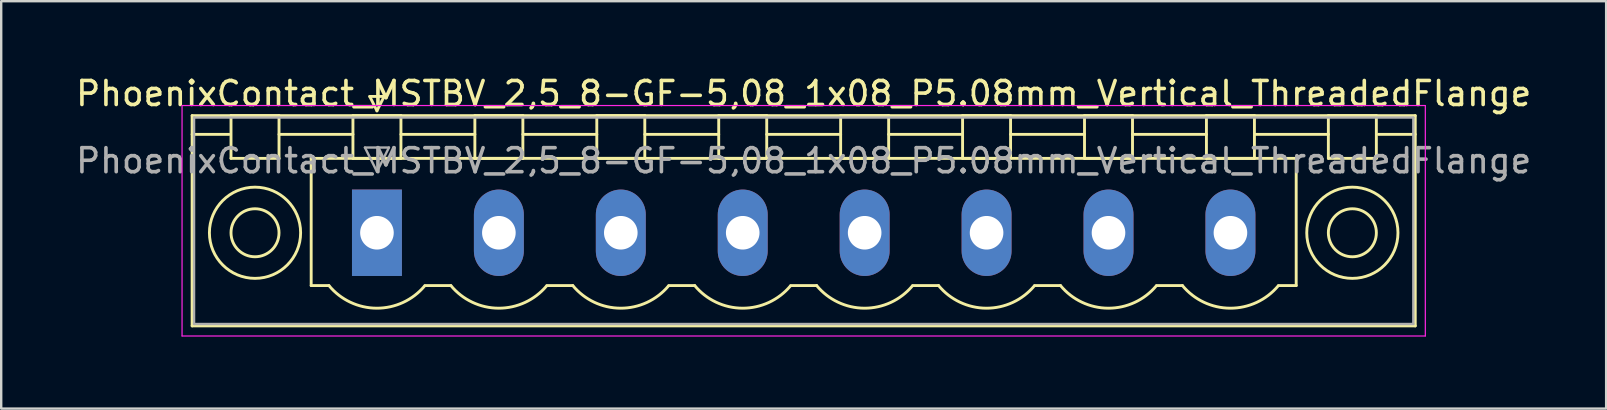
<source format=kicad_pcb>
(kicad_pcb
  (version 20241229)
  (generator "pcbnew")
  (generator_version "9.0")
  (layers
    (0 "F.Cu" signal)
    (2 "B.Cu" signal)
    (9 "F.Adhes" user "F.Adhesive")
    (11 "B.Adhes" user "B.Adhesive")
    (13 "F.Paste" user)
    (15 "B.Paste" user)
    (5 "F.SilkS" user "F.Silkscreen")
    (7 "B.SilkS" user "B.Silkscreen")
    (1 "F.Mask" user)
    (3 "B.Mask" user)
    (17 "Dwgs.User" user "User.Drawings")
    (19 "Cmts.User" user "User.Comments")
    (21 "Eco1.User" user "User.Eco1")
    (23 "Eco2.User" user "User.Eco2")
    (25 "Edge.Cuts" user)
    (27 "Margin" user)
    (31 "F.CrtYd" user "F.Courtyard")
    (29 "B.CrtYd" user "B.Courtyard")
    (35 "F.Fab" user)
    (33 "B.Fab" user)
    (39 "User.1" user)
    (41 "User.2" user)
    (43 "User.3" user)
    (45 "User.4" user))
  (footprint "PhoenixContact_MSTBV_2,5_8-GF-5,08_1x08_P5.08mm_Vertical_ThreadedFlange"
    (layer "F.Cu")
    (at 12.655 6.648)
    (property "Reference" "PhoenixContact_MSTBV_2,5_8-GF-5,08_1x08_P5.08mm_Vertical_ThreadedFlange" (at 17.78 -5.8 0) (layer "F.SilkS") (effects (font (size 1 1) (thickness 0.15))))
    (attr through_hole)
    (fp_line (start -7.7 -4.88) (end -7.7 3.88) (stroke (width 0.12) (type solid)) (layer "F.SilkS"))
    (fp_line (start -7.7 -4.1) (end -6.16 -4.1) (stroke (width 0.12) (type solid)) (layer "F.SilkS"))
    (fp_line (start -7.7 3.88) (end 43.26 3.88) (stroke (width 0.12) (type solid)) (layer "F.SilkS"))
    (fp_line (start -6.08 -4.88) (end -4.08 -4.88) (stroke (width 0.12) (type solid)) (layer "F.SilkS"))
    (fp_line (start -6.08 -3.1) (end -6.08 -4.88) (stroke (width 0.12) (type solid)) (layer "F.SilkS"))
    (fp_line (start -4.08 -4.88) (end -4.08 -3.1) (stroke (width 0.12) (type solid)) (layer "F.SilkS"))
    (fp_line (start -4.08 -4.1) (end -1 -4.1) (stroke (width 0.12) (type solid)) (layer "F.SilkS"))
    (fp_line (start -4.08 -3.1) (end -6.08 -3.1) (stroke (width 0.12) (type solid)) (layer "F.SilkS"))
    (fp_line (start -2.74 -3.1) (end 38.3 -3.1) (stroke (width 0.12) (type solid)) (layer "F.SilkS"))
    (fp_line (start -2.74 2.2) (end -2.74 -3.1) (stroke (width 0.12) (type solid)) (layer "F.SilkS"))
    (fp_line (start -2 2.2) (end -2.74 2.2) (stroke (width 0.12) (type solid)) (layer "F.SilkS"))
    (fp_line (start -1 -4.88) (end 1 -4.88) (stroke (width 0.12) (type solid)) (layer "F.SilkS"))
    (fp_line (start -1 -3.1) (end -1 -4.88) (stroke (width 0.12) (type solid)) (layer "F.SilkS"))
    (fp_line (start -0.3 -5.68) (end 0.3 -5.68) (stroke (width 0.12) (type solid)) (layer "F.SilkS"))
    (fp_line (start 0 -5.08) (end -0.3 -5.68) (stroke (width 0.12) (type solid)) (layer "F.SilkS"))
    (fp_line (start 0.3 -5.68) (end 0 -5.08) (stroke (width 0.12) (type solid)) (layer "F.SilkS"))
    (fp_line (start 1 -4.88) (end 1 -3.1) (stroke (width 0.12) (type solid)) (layer "F.SilkS"))
    (fp_line (start 1 -4.1) (end 4.08 -4.1) (stroke (width 0.12) (type solid)) (layer "F.SilkS"))
    (fp_line (start 1 -3.1) (end -1 -3.1) (stroke (width 0.12) (type solid)) (layer "F.SilkS"))
    (fp_line (start 2 2.2) (end 3.08 2.2) (stroke (width 0.12) (type solid)) (layer "F.SilkS"))
    (fp_line (start 4.08 -4.88) (end 6.08 -4.88) (stroke (width 0.12) (type solid)) (layer "F.SilkS"))
    (fp_line (start 4.08 -3.1) (end 4.08 -4.88) (stroke (width 0.12) (type solid)) (layer "F.SilkS"))
    (fp_line (start 6.08 -4.88) (end 6.08 -3.1) (stroke (width 0.12) (type solid)) (layer "F.SilkS"))
    (fp_line (start 6.08 -4.1) (end 9.16 -4.1) (stroke (width 0.12) (type solid)) (layer "F.SilkS"))
    (fp_line (start 6.08 -3.1) (end 4.08 -3.1) (stroke (width 0.12) (type solid)) (layer "F.SilkS"))
    (fp_line (start 7.08 2.2) (end 8.16 2.2) (stroke (width 0.12) (type solid)) (layer "F.SilkS"))
    (fp_line (start 9.16 -4.88) (end 11.16 -4.88) (stroke (width 0.12) (type solid)) (layer "F.SilkS"))
    (fp_line (start 9.16 -3.1) (end 9.16 -4.88) (stroke (width 0.12) (type solid)) (layer "F.SilkS"))
    (fp_line (start 11.16 -4.88) (end 11.16 -3.1) (stroke (width 0.12) (type solid)) (layer "F.SilkS"))
    (fp_line (start 11.16 -4.1) (end 14.24 -4.1) (stroke (width 0.12) (type solid)) (layer "F.SilkS"))
    (fp_line (start 11.16 -3.1) (end 9.16 -3.1) (stroke (width 0.12) (type solid)) (layer "F.SilkS"))
    (fp_line (start 12.16 2.2) (end 13.24 2.2) (stroke (width 0.12) (type solid)) (layer "F.SilkS"))
    (fp_line (start 14.24 -4.88) (end 16.24 -4.88) (stroke (width 0.12) (type solid)) (layer "F.SilkS"))
    (fp_line (start 14.24 -3.1) (end 14.24 -4.88) (stroke (width 0.12) (type solid)) (layer "F.SilkS"))
    (fp_line (start 16.24 -4.88) (end 16.24 -3.1) (stroke (width 0.12) (type solid)) (layer "F.SilkS"))
    (fp_line (start 16.24 -4.1) (end 19.32 -4.1) (stroke (width 0.12) (type solid)) (layer "F.SilkS"))
    (fp_line (start 16.24 -3.1) (end 14.24 -3.1) (stroke (width 0.12) (type solid)) (layer "F.SilkS"))
    (fp_line (start 17.24 2.2) (end 18.32 2.2) (stroke (width 0.12) (type solid)) (layer "F.SilkS"))
    (fp_line (start 19.32 -4.88) (end 21.32 -4.88) (stroke (width 0.12) (type solid)) (layer "F.SilkS"))
    (fp_line (start 19.32 -3.1) (end 19.32 -4.88) (stroke (width 0.12) (type solid)) (layer "F.SilkS"))
    (fp_line (start 21.32 -4.88) (end 21.32 -3.1) (stroke (width 0.12) (type solid)) (layer "F.SilkS"))
    (fp_line (start 21.32 -4.1) (end 24.4 -4.1) (stroke (width 0.12) (type solid)) (layer "F.SilkS"))
    (fp_line (start 21.32 -3.1) (end 19.32 -3.1) (stroke (width 0.12) (type solid)) (layer "F.SilkS"))
    (fp_line (start 22.32 2.2) (end 23.4 2.2) (stroke (width 0.12) (type solid)) (layer "F.SilkS"))
    (fp_line (start 24.4 -4.88) (end 26.4 -4.88) (stroke (width 0.12) (type solid)) (layer "F.SilkS"))
    (fp_line (start 24.4 -3.1) (end 24.4 -4.88) (stroke (width 0.12) (type solid)) (layer "F.SilkS"))
    (fp_line (start 26.4 -4.88) (end 26.4 -3.1) (stroke (width 0.12) (type solid)) (layer "F.SilkS"))
    (fp_line (start 26.4 -4.1) (end 29.48 -4.1) (stroke (width 0.12) (type solid)) (layer "F.SilkS"))
    (fp_line (start 26.4 -3.1) (end 24.4 -3.1) (stroke (width 0.12) (type solid)) (layer "F.SilkS"))
    (fp_line (start 27.4 2.2) (end 28.48 2.2) (stroke (width 0.12) (type solid)) (layer "F.SilkS"))
    (fp_line (start 29.48 -4.88) (end 31.48 -4.88) (stroke (width 0.12) (type solid)) (layer "F.SilkS"))
    (fp_line (start 29.48 -3.1) (end 29.48 -4.88) (stroke (width 0.12) (type solid)) (layer "F.SilkS"))
    (fp_line (start 31.48 -4.88) (end 31.48 -3.1) (stroke (width 0.12) (type solid)) (layer "F.SilkS"))
    (fp_line (start 31.48 -4.1) (end 34.56 -4.1) (stroke (width 0.12) (type solid)) (layer "F.SilkS"))
    (fp_line (start 31.48 -3.1) (end 29.48 -3.1) (stroke (width 0.12) (type solid)) (layer "F.SilkS"))
    (fp_line (start 32.48 2.2) (end 33.56 2.2) (stroke (width 0.12) (type solid)) (layer "F.SilkS"))
    (fp_line (start 34.56 -4.88) (end 36.56 -4.88) (stroke (width 0.12) (type solid)) (layer "F.SilkS"))
    (fp_line (start 34.56 -3.1) (end 34.56 -4.88) (stroke (width 0.12) (type solid)) (layer "F.SilkS"))
    (fp_line (start 36.56 -4.88) (end 36.56 -3.1) (stroke (width 0.12) (type solid)) (layer "F.SilkS"))
    (fp_line (start 36.56 -4.1) (end 39.64 -4.1) (stroke (width 0.12) (type solid)) (layer "F.SilkS"))
    (fp_line (start 36.56 -3.1) (end 34.56 -3.1) (stroke (width 0.12) (type solid)) (layer "F.SilkS"))
    (fp_line (start 38.3 -3.1) (end 38.3 2.2) (stroke (width 0.12) (type solid)) (layer "F.SilkS"))
    (fp_line (start 38.3 2.2) (end 37.56 2.2) (stroke (width 0.12) (type solid)) (layer "F.SilkS"))
    (fp_line (start 39.64 -4.88) (end 41.64 -4.88) (stroke (width 0.12) (type solid)) (layer "F.SilkS"))
    (fp_line (start 39.64 -3.1) (end 39.64 -4.88) (stroke (width 0.12) (type solid)) (layer "F.SilkS"))
    (fp_line (start 41.64 -4.88) (end 41.64 -3.1) (stroke (width 0.12) (type solid)) (layer "F.SilkS"))
    (fp_line (start 41.64 -3.1) (end 39.64 -3.1) (stroke (width 0.12) (type solid)) (layer "F.SilkS"))
    (fp_line (start 43.26 -4.88) (end -7.7 -4.88) (stroke (width 0.12) (type solid)) (layer "F.SilkS"))
    (fp_line (start 43.26 -4.1) (end 41.72 -4.1) (stroke (width 0.12) (type solid)) (layer "F.SilkS"))
    (fp_line (start 43.26 3.88) (end 43.26 -4.88) (stroke (width 0.12) (type solid)) (layer "F.SilkS"))
    (fp_arc (start 1.986842 2.215821) (mid -0.010289 3.142758) (end -2 2.2) (stroke (width 0.12) (type solid)) (layer "F.SilkS"))
    (fp_arc (start 7.066842 2.215821) (mid 5.069711 3.142758) (end 3.08 2.2) (stroke (width 0.12) (type solid)) (layer "F.SilkS"))
    (fp_arc (start 12.146842 2.215821) (mid 10.149711 3.142758) (end 8.16 2.2) (stroke (width 0.12) (type solid)) (layer "F.SilkS"))
    (fp_arc (start 17.226842 2.215821) (mid 15.229711 3.142758) (end 13.24 2.2) (stroke (width 0.12) (type solid)) (layer "F.SilkS"))
    (fp_arc (start 22.306842 2.215821) (mid 20.309711 3.142758) (end 18.32 2.2) (stroke (width 0.12) (type solid)) (layer "F.SilkS"))
    (fp_arc (start 27.386842 2.215821) (mid 25.389711 3.142758) (end 23.4 2.2) (stroke (width 0.12) (type solid)) (layer "F.SilkS"))
    (fp_arc (start 32.466842 2.215821) (mid 30.469711 3.142758) (end 28.48 2.2) (stroke (width 0.12) (type solid)) (layer "F.SilkS"))
    (fp_arc (start 37.546842 2.215821) (mid 35.549711 3.142758) (end 33.56 2.2) (stroke (width 0.12) (type solid)) (layer "F.SilkS"))
    (fp_circle (center -5.08 0) (end -4.08 0) (stroke (width 0.12) (type solid)) (fill no) (layer "F.SilkS"))
    (fp_circle (center -5.08 0) (end -3.18 0) (stroke (width 0.12) (type solid)) (fill no) (layer "F.SilkS"))
    (fp_circle (center 40.64 0) (end 41.64 0) (stroke (width 0.12) (type solid)) (fill no) (layer "F.SilkS"))
    (fp_circle (center 40.64 0) (end 42.54 0) (stroke (width 0.12) (type solid)) (fill no) (layer "F.SilkS"))
    (fp_line (start -8.12 -5.3) (end -8.12 4.3) (stroke (width 0.05) (type solid)) (layer "F.CrtYd"))
    (fp_line (start -8.12 4.3) (end 43.68 4.3) (stroke (width 0.05) (type solid)) (layer "F.CrtYd"))
    (fp_line (start 43.68 -5.3) (end -8.12 -5.3) (stroke (width 0.05) (type solid)) (layer "F.CrtYd"))
    (fp_line (start 43.68 4.3) (end 43.68 -5.3) (stroke (width 0.05) (type solid)) (layer "F.CrtYd"))
    (fp_line (start -7.62 -4.8) (end -7.62 3.8) (stroke (width 0.1) (type solid)) (layer "F.Fab"))
    (fp_line (start -7.62 3.8) (end 43.18 3.8) (stroke (width 0.1) (type solid)) (layer "F.Fab"))
    (fp_line (start -0.5 -3.55) (end 0.5 -3.55) (stroke (width 0.1) (type solid)) (layer "F.Fab"))
    (fp_line (start 0 -2.55) (end -0.5 -3.55) (stroke (width 0.1) (type solid)) (layer "F.Fab"))
    (fp_line (start 0.5 -3.55) (end 0 -2.55) (stroke (width 0.1) (type solid)) (layer "F.Fab"))
    (fp_line (start 43.18 -4.8) (end -7.62 -4.8) (stroke (width 0.1) (type solid)) (layer "F.Fab"))
    (fp_line (start 43.18 3.8) (end 43.18 -4.8) (stroke (width 0.1) (type solid)) (layer "F.Fab"))
    (fp_text user "${REFERENCE}" (at 17.78 -3 0) (layer "F.Fab") (effects (font (size 1 1) (thickness 0.15))))
    (pad "1" thru_hole rect (at 0 0) (size 2.08 3.6) (drill 1.4) (layers "*.Cu" "*.Mask"))
    (pad "2" thru_hole oval (at 5.08 0) (size 2.08 3.6) (drill 1.4) (layers "*.Cu" "*.Mask"))
    (pad "3" thru_hole oval (at 10.16 0) (size 2.08 3.6) (drill 1.4) (layers "*.Cu" "*.Mask"))
    (pad "4" thru_hole oval (at 15.24 0) (size 2.08 3.6) (drill 1.4) (layers "*.Cu" "*.Mask"))
    (pad "5" thru_hole oval (at 20.32 0) (size 2.08 3.6) (drill 1.4) (layers "*.Cu" "*.Mask"))
    (pad "6" thru_hole oval (at 25.4 0) (size 2.08 3.6) (drill 1.4) (layers "*.Cu" "*.Mask"))
    (pad "7" thru_hole oval (at 30.48 0) (size 2.08 3.6) (drill 1.4) (layers "*.Cu" "*.Mask"))
    (pad "8" thru_hole oval (at 35.56 0) (size 2.08 3.6) (drill 1.4) (layers "*.Cu" "*.Mask")))
  (gr_rect
    (start -3 -3)
    (end 63.869 13.973)
    (stroke (width 0.1) (type default))
    (fill no)
    (layer "Edge.Cuts")))
</source>
